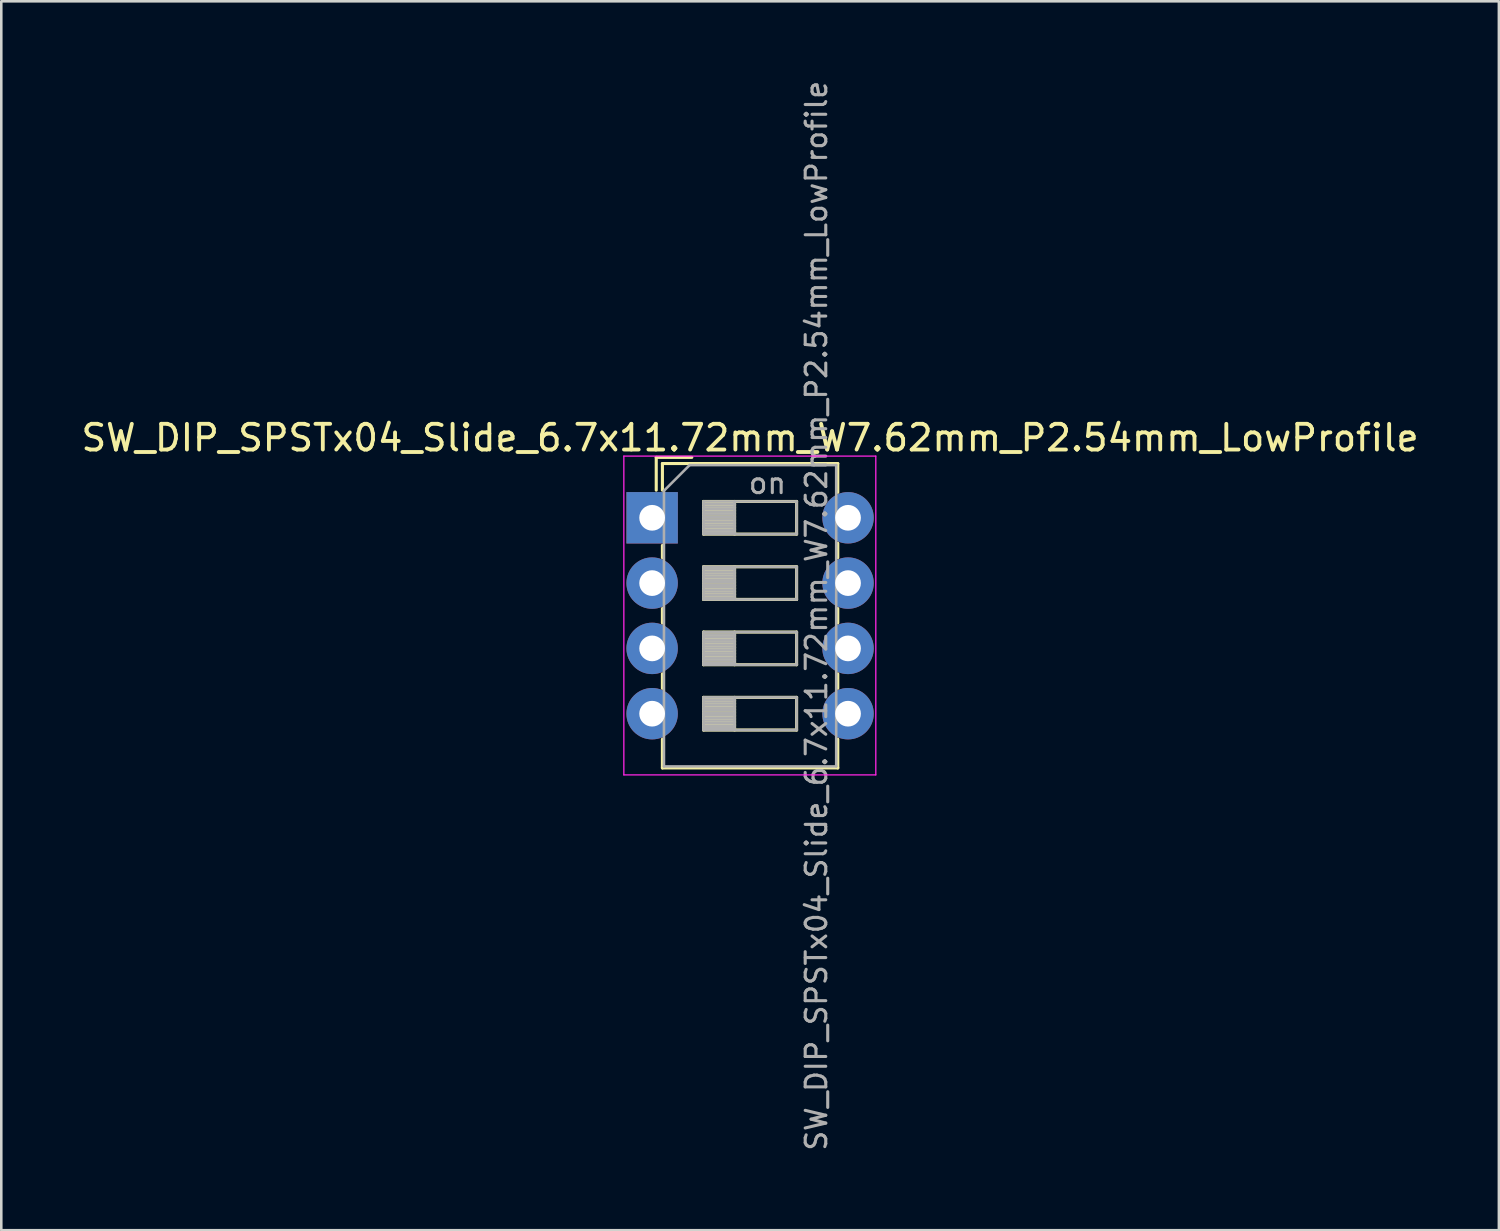
<source format=kicad_pcb>
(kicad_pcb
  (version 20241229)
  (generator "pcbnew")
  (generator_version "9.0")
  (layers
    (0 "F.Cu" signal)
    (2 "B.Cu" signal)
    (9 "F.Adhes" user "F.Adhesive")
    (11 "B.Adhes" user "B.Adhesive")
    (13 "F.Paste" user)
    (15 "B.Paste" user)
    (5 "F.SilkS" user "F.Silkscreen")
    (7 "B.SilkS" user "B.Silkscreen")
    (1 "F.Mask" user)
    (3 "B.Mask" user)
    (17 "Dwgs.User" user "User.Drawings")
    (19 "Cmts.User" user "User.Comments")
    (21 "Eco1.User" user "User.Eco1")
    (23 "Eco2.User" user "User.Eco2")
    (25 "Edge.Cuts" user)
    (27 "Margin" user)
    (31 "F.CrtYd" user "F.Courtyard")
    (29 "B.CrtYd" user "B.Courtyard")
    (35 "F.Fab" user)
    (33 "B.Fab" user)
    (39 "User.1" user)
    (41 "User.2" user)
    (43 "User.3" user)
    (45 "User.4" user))
  (footprint "SW_DIP_SPSTx04_Slide_6.7x11.72mm_W7.62mm_P2.54mm_LowProfile"
    (layer "F.Cu")
    (at 22.315 17.09)
    (property "Reference" "SW_DIP_SPSTx04_Slide_6.7x11.72mm_W7.62mm_P2.54mm_LowProfile" (at 3.81 -3.11 0) (layer "F.SilkS") (effects (font (size 1 1) (thickness 0.15))))
    (attr through_hole)
    (fp_line (start 0.16 -2.35) (end 0.16 -1.075) (stroke (width 0.12) (type solid)) (layer "F.SilkS"))
    (fp_line (start 0.16 -2.35) (end 1.543 -2.35) (stroke (width 0.12) (type solid)) (layer "F.SilkS"))
    (fp_line (start 0.4 -2.11) (end 0.4 -1.075) (stroke (width 0.12) (type solid)) (layer "F.SilkS"))
    (fp_line (start 0.4 -2.11) (end 7.221 -2.11) (stroke (width 0.12) (type solid)) (layer "F.SilkS"))
    (fp_line (start 0.4 1.075) (end 0.4 1.551) (stroke (width 0.12) (type solid)) (layer "F.SilkS"))
    (fp_line (start 0.4 3.53) (end 0.4 4.091) (stroke (width 0.12) (type solid)) (layer "F.SilkS"))
    (fp_line (start 0.4 6.07) (end 0.4 6.631) (stroke (width 0.12) (type solid)) (layer "F.SilkS"))
    (fp_line (start 0.4 8.61) (end 0.4 9.73) (stroke (width 0.12) (type solid)) (layer "F.SilkS"))
    (fp_line (start 0.4 9.73) (end 7.221 9.73) (stroke (width 0.12) (type solid)) (layer "F.SilkS"))
    (fp_line (start 2 -0.635) (end 2 0.635) (stroke (width 0.12) (type solid)) (layer "F.SilkS"))
    (fp_line (start 2 -0.515) (end 3.207 -0.515) (stroke (width 0.12) (type solid)) (layer "F.SilkS"))
    (fp_line (start 2 -0.395) (end 3.207 -0.395) (stroke (width 0.12) (type solid)) (layer "F.SilkS"))
    (fp_line (start 2 -0.275) (end 3.207 -0.275) (stroke (width 0.12) (type solid)) (layer "F.SilkS"))
    (fp_line (start 2 -0.155) (end 3.207 -0.155) (stroke (width 0.12) (type solid)) (layer "F.SilkS"))
    (fp_line (start 2 -0.035) (end 3.207 -0.035) (stroke (width 0.12) (type solid)) (layer "F.SilkS"))
    (fp_line (start 2 0.085) (end 3.207 0.085) (stroke (width 0.12) (type solid)) (layer "F.SilkS"))
    (fp_line (start 2 0.205) (end 3.207 0.205) (stroke (width 0.12) (type solid)) (layer "F.SilkS"))
    (fp_line (start 2 0.325) (end 3.207 0.325) (stroke (width 0.12) (type solid)) (layer "F.SilkS"))
    (fp_line (start 2 0.445) (end 3.207 0.445) (stroke (width 0.12) (type solid)) (layer "F.SilkS"))
    (fp_line (start 2 0.565) (end 3.207 0.565) (stroke (width 0.12) (type solid)) (layer "F.SilkS"))
    (fp_line (start 2 0.635) (end 5.62 0.635) (stroke (width 0.12) (type solid)) (layer "F.SilkS"))
    (fp_line (start 2 1.905) (end 2 3.175) (stroke (width 0.12) (type solid)) (layer "F.SilkS"))
    (fp_line (start 2 2.025) (end 3.207 2.025) (stroke (width 0.12) (type solid)) (layer "F.SilkS"))
    (fp_line (start 2 2.145) (end 3.207 2.145) (stroke (width 0.12) (type solid)) (layer "F.SilkS"))
    (fp_line (start 2 2.265) (end 3.207 2.265) (stroke (width 0.12) (type solid)) (layer "F.SilkS"))
    (fp_line (start 2 2.385) (end 3.207 2.385) (stroke (width 0.12) (type solid)) (layer "F.SilkS"))
    (fp_line (start 2 2.505) (end 3.207 2.505) (stroke (width 0.12) (type solid)) (layer "F.SilkS"))
    (fp_line (start 2 2.625) (end 3.207 2.625) (stroke (width 0.12) (type solid)) (layer "F.SilkS"))
    (fp_line (start 2 2.745) (end 3.207 2.745) (stroke (width 0.12) (type solid)) (layer "F.SilkS"))
    (fp_line (start 2 2.865) (end 3.207 2.865) (stroke (width 0.12) (type solid)) (layer "F.SilkS"))
    (fp_line (start 2 2.985) (end 3.207 2.985) (stroke (width 0.12) (type solid)) (layer "F.SilkS"))
    (fp_line (start 2 3.105) (end 3.207 3.105) (stroke (width 0.12) (type solid)) (layer "F.SilkS"))
    (fp_line (start 2 3.175) (end 5.62 3.175) (stroke (width 0.12) (type solid)) (layer "F.SilkS"))
    (fp_line (start 2 4.445) (end 2 5.715) (stroke (width 0.12) (type solid)) (layer "F.SilkS"))
    (fp_line (start 2 4.565) (end 3.207 4.565) (stroke (width 0.12) (type solid)) (layer "F.SilkS"))
    (fp_line (start 2 4.685) (end 3.207 4.685) (stroke (width 0.12) (type solid)) (layer "F.SilkS"))
    (fp_line (start 2 4.805) (end 3.207 4.805) (stroke (width 0.12) (type solid)) (layer "F.SilkS"))
    (fp_line (start 2 4.925) (end 3.207 4.925) (stroke (width 0.12) (type solid)) (layer "F.SilkS"))
    (fp_line (start 2 5.045) (end 3.207 5.045) (stroke (width 0.12) (type solid)) (layer "F.SilkS"))
    (fp_line (start 2 5.165) (end 3.207 5.165) (stroke (width 0.12) (type solid)) (layer "F.SilkS"))
    (fp_line (start 2 5.285) (end 3.207 5.285) (stroke (width 0.12) (type solid)) (layer "F.SilkS"))
    (fp_line (start 2 5.405) (end 3.207 5.405) (stroke (width 0.12) (type solid)) (layer "F.SilkS"))
    (fp_line (start 2 5.525) (end 3.207 5.525) (stroke (width 0.12) (type solid)) (layer "F.SilkS"))
    (fp_line (start 2 5.645) (end 3.207 5.645) (stroke (width 0.12) (type solid)) (layer "F.SilkS"))
    (fp_line (start 2 5.715) (end 5.62 5.715) (stroke (width 0.12) (type solid)) (layer "F.SilkS"))
    (fp_line (start 2 6.985) (end 2 8.255) (stroke (width 0.12) (type solid)) (layer "F.SilkS"))
    (fp_line (start 2 7.105) (end 3.207 7.105) (stroke (width 0.12) (type solid)) (layer "F.SilkS"))
    (fp_line (start 2 7.225) (end 3.207 7.225) (stroke (width 0.12) (type solid)) (layer "F.SilkS"))
    (fp_line (start 2 7.345) (end 3.207 7.345) (stroke (width 0.12) (type solid)) (layer "F.SilkS"))
    (fp_line (start 2 7.465) (end 3.207 7.465) (stroke (width 0.12) (type solid)) (layer "F.SilkS"))
    (fp_line (start 2 7.585) (end 3.207 7.585) (stroke (width 0.12) (type solid)) (layer "F.SilkS"))
    (fp_line (start 2 7.705) (end 3.207 7.705) (stroke (width 0.12) (type solid)) (layer "F.SilkS"))
    (fp_line (start 2 7.825) (end 3.207 7.825) (stroke (width 0.12) (type solid)) (layer "F.SilkS"))
    (fp_line (start 2 7.945) (end 3.207 7.945) (stroke (width 0.12) (type solid)) (layer "F.SilkS"))
    (fp_line (start 2 8.065) (end 3.207 8.065) (stroke (width 0.12) (type solid)) (layer "F.SilkS"))
    (fp_line (start 2 8.185) (end 3.207 8.185) (stroke (width 0.12) (type solid)) (layer "F.SilkS"))
    (fp_line (start 2 8.255) (end 5.62 8.255) (stroke (width 0.12) (type solid)) (layer "F.SilkS"))
    (fp_line (start 3.207 -0.635) (end 3.207 0.635) (stroke (width 0.12) (type solid)) (layer "F.SilkS"))
    (fp_line (start 3.207 1.905) (end 3.207 3.175) (stroke (width 0.12) (type solid)) (layer "F.SilkS"))
    (fp_line (start 3.207 4.445) (end 3.207 5.715) (stroke (width 0.12) (type solid)) (layer "F.SilkS"))
    (fp_line (start 3.207 6.985) (end 3.207 8.255) (stroke (width 0.12) (type solid)) (layer "F.SilkS"))
    (fp_line (start 5.62 -0.635) (end 2 -0.635) (stroke (width 0.12) (type solid)) (layer "F.SilkS"))
    (fp_line (start 5.62 0.635) (end 5.62 -0.635) (stroke (width 0.12) (type solid)) (layer "F.SilkS"))
    (fp_line (start 5.62 1.905) (end 2 1.905) (stroke (width 0.12) (type solid)) (layer "F.SilkS"))
    (fp_line (start 5.62 3.175) (end 5.62 1.905) (stroke (width 0.12) (type solid)) (layer "F.SilkS"))
    (fp_line (start 5.62 4.445) (end 2 4.445) (stroke (width 0.12) (type solid)) (layer "F.SilkS"))
    (fp_line (start 5.62 5.715) (end 5.62 4.445) (stroke (width 0.12) (type solid)) (layer "F.SilkS"))
    (fp_line (start 5.62 6.985) (end 2 6.985) (stroke (width 0.12) (type solid)) (layer "F.SilkS"))
    (fp_line (start 5.62 8.255) (end 5.62 6.985) (stroke (width 0.12) (type solid)) (layer "F.SilkS"))
    (fp_line (start 7.221 -2.11) (end 7.221 -0.99) (stroke (width 0.12) (type solid)) (layer "F.SilkS"))
    (fp_line (start 7.221 0.99) (end 7.221 1.551) (stroke (width 0.12) (type solid)) (layer "F.SilkS"))
    (fp_line (start 7.221 3.53) (end 7.221 4.091) (stroke (width 0.12) (type solid)) (layer "F.SilkS"))
    (fp_line (start 7.221 6.07) (end 7.221 6.631) (stroke (width 0.12) (type solid)) (layer "F.SilkS"))
    (fp_line (start 7.221 8.61) (end 7.221 9.73) (stroke (width 0.12) (type solid)) (layer "F.SilkS"))
    (fp_line (start -1.1 -2.4) (end -1.1 10) (stroke (width 0.05) (type solid)) (layer "F.CrtYd"))
    (fp_line (start -1.1 10) (end 8.7 10) (stroke (width 0.05) (type solid)) (layer "F.CrtYd"))
    (fp_line (start 8.7 -2.4) (end -1.1 -2.4) (stroke (width 0.05) (type solid)) (layer "F.CrtYd"))
    (fp_line (start 8.7 10) (end 8.7 -2.4) (stroke (width 0.05) (type solid)) (layer "F.CrtYd"))
    (fp_line (start 0.46 -1.05) (end 1.46 -2.05) (stroke (width 0.1) (type solid)) (layer "F.Fab"))
    (fp_line (start 0.46 9.67) (end 0.46 -1.05) (stroke (width 0.1) (type solid)) (layer "F.Fab"))
    (fp_line (start 1.46 -2.05) (end 7.16 -2.05) (stroke (width 0.1) (type solid)) (layer "F.Fab"))
    (fp_line (start 2 -0.635) (end 2 0.635) (stroke (width 0.1) (type solid)) (layer "F.Fab"))
    (fp_line (start 2 -0.535) (end 3.207 -0.535) (stroke (width 0.1) (type solid)) (layer "F.Fab"))
    (fp_line (start 2 -0.435) (end 3.207 -0.435) (stroke (width 0.1) (type solid)) (layer "F.Fab"))
    (fp_line (start 2 -0.335) (end 3.207 -0.335) (stroke (width 0.1) (type solid)) (layer "F.Fab"))
    (fp_line (start 2 -0.235) (end 3.207 -0.235) (stroke (width 0.1) (type solid)) (layer "F.Fab"))
    (fp_line (start 2 -0.135) (end 3.207 -0.135) (stroke (width 0.1) (type solid)) (layer "F.Fab"))
    (fp_line (start 2 -0.035) (end 3.207 -0.035) (stroke (width 0.1) (type solid)) (layer "F.Fab"))
    (fp_line (start 2 0.065) (end 3.207 0.065) (stroke (width 0.1) (type solid)) (layer "F.Fab"))
    (fp_line (start 2 0.165) (end 3.207 0.165) (stroke (width 0.1) (type solid)) (layer "F.Fab"))
    (fp_line (start 2 0.265) (end 3.207 0.265) (stroke (width 0.1) (type solid)) (layer "F.Fab"))
    (fp_line (start 2 0.365) (end 3.207 0.365) (stroke (width 0.1) (type solid)) (layer "F.Fab"))
    (fp_line (start 2 0.465) (end 3.207 0.465) (stroke (width 0.1) (type solid)) (layer "F.Fab"))
    (fp_line (start 2 0.565) (end 3.207 0.565) (stroke (width 0.1) (type solid)) (layer "F.Fab"))
    (fp_line (start 2 0.635) (end 5.62 0.635) (stroke (width 0.1) (type solid)) (layer "F.Fab"))
    (fp_line (start 2 1.905) (end 2 3.175) (stroke (width 0.1) (type solid)) (layer "F.Fab"))
    (fp_line (start 2 2.005) (end 3.207 2.005) (stroke (width 0.1) (type solid)) (layer "F.Fab"))
    (fp_line (start 2 2.105) (end 3.207 2.105) (stroke (width 0.1) (type solid)) (layer "F.Fab"))
    (fp_line (start 2 2.205) (end 3.207 2.205) (stroke (width 0.1) (type solid)) (layer "F.Fab"))
    (fp_line (start 2 2.305) (end 3.207 2.305) (stroke (width 0.1) (type solid)) (layer "F.Fab"))
    (fp_line (start 2 2.405) (end 3.207 2.405) (stroke (width 0.1) (type solid)) (layer "F.Fab"))
    (fp_line (start 2 2.505) (end 3.207 2.505) (stroke (width 0.1) (type solid)) (layer "F.Fab"))
    (fp_line (start 2 2.605) (end 3.207 2.605) (stroke (width 0.1) (type solid)) (layer "F.Fab"))
    (fp_line (start 2 2.705) (end 3.207 2.705) (stroke (width 0.1) (type solid)) (layer "F.Fab"))
    (fp_line (start 2 2.805) (end 3.207 2.805) (stroke (width 0.1) (type solid)) (layer "F.Fab"))
    (fp_line (start 2 2.905) (end 3.207 2.905) (stroke (width 0.1) (type solid)) (layer "F.Fab"))
    (fp_line (start 2 3.005) (end 3.207 3.005) (stroke (width 0.1) (type solid)) (layer "F.Fab"))
    (fp_line (start 2 3.105) (end 3.207 3.105) (stroke (width 0.1) (type solid)) (layer "F.Fab"))
    (fp_line (start 2 3.175) (end 5.62 3.175) (stroke (width 0.1) (type solid)) (layer "F.Fab"))
    (fp_line (start 2 4.445) (end 2 5.715) (stroke (width 0.1) (type solid)) (layer "F.Fab"))
    (fp_line (start 2 4.545) (end 3.207 4.545) (stroke (width 0.1) (type solid)) (layer "F.Fab"))
    (fp_line (start 2 4.645) (end 3.207 4.645) (stroke (width 0.1) (type solid)) (layer "F.Fab"))
    (fp_line (start 2 4.745) (end 3.207 4.745) (stroke (width 0.1) (type solid)) (layer "F.Fab"))
    (fp_line (start 2 4.845) (end 3.207 4.845) (stroke (width 0.1) (type solid)) (layer "F.Fab"))
    (fp_line (start 2 4.945) (end 3.207 4.945) (stroke (width 0.1) (type solid)) (layer "F.Fab"))
    (fp_line (start 2 5.045) (end 3.207 5.045) (stroke (width 0.1) (type solid)) (layer "F.Fab"))
    (fp_line (start 2 5.145) (end 3.207 5.145) (stroke (width 0.1) (type solid)) (layer "F.Fab"))
    (fp_line (start 2 5.245) (end 3.207 5.245) (stroke (width 0.1) (type solid)) (layer "F.Fab"))
    (fp_line (start 2 5.345) (end 3.207 5.345) (stroke (width 0.1) (type solid)) (layer "F.Fab"))
    (fp_line (start 2 5.445) (end 3.207 5.445) (stroke (width 0.1) (type solid)) (layer "F.Fab"))
    (fp_line (start 2 5.545) (end 3.207 5.545) (stroke (width 0.1) (type solid)) (layer "F.Fab"))
    (fp_line (start 2 5.645) (end 3.207 5.645) (stroke (width 0.1) (type solid)) (layer "F.Fab"))
    (fp_line (start 2 5.715) (end 5.62 5.715) (stroke (width 0.1) (type solid)) (layer "F.Fab"))
    (fp_line (start 2 6.985) (end 2 8.255) (stroke (width 0.1) (type solid)) (layer "F.Fab"))
    (fp_line (start 2 7.085) (end 3.207 7.085) (stroke (width 0.1) (type solid)) (layer "F.Fab"))
    (fp_line (start 2 7.185) (end 3.207 7.185) (stroke (width 0.1) (type solid)) (layer "F.Fab"))
    (fp_line (start 2 7.285) (end 3.207 7.285) (stroke (width 0.1) (type solid)) (layer "F.Fab"))
    (fp_line (start 2 7.385) (end 3.207 7.385) (stroke (width 0.1) (type solid)) (layer "F.Fab"))
    (fp_line (start 2 7.485) (end 3.207 7.485) (stroke (width 0.1) (type solid)) (layer "F.Fab"))
    (fp_line (start 2 7.585) (end 3.207 7.585) (stroke (width 0.1) (type solid)) (layer "F.Fab"))
    (fp_line (start 2 7.685) (end 3.207 7.685) (stroke (width 0.1) (type solid)) (layer "F.Fab"))
    (fp_line (start 2 7.785) (end 3.207 7.785) (stroke (width 0.1) (type solid)) (layer "F.Fab"))
    (fp_line (start 2 7.885) (end 3.207 7.885) (stroke (width 0.1) (type solid)) (layer "F.Fab"))
    (fp_line (start 2 7.985) (end 3.207 7.985) (stroke (width 0.1) (type solid)) (layer "F.Fab"))
    (fp_line (start 2 8.085) (end 3.207 8.085) (stroke (width 0.1) (type solid)) (layer "F.Fab"))
    (fp_line (start 2 8.185) (end 3.207 8.185) (stroke (width 0.1) (type solid)) (layer "F.Fab"))
    (fp_line (start 2 8.255) (end 5.62 8.255) (stroke (width 0.1) (type solid)) (layer "F.Fab"))
    (fp_line (start 3.207 -0.635) (end 3.207 0.635) (stroke (width 0.1) (type solid)) (layer "F.Fab"))
    (fp_line (start 3.207 1.905) (end 3.207 3.175) (stroke (width 0.1) (type solid)) (layer "F.Fab"))
    (fp_line (start 3.207 4.445) (end 3.207 5.715) (stroke (width 0.1) (type solid)) (layer "F.Fab"))
    (fp_line (start 3.207 6.985) (end 3.207 8.255) (stroke (width 0.1) (type solid)) (layer "F.Fab"))
    (fp_line (start 5.62 -0.635) (end 2 -0.635) (stroke (width 0.1) (type solid)) (layer "F.Fab"))
    (fp_line (start 5.62 0.635) (end 5.62 -0.635) (stroke (width 0.1) (type solid)) (layer "F.Fab"))
    (fp_line (start 5.62 1.905) (end 2 1.905) (stroke (width 0.1) (type solid)) (layer "F.Fab"))
    (fp_line (start 5.62 3.175) (end 5.62 1.905) (stroke (width 0.1) (type solid)) (layer "F.Fab"))
    (fp_line (start 5.62 4.445) (end 2 4.445) (stroke (width 0.1) (type solid)) (layer "F.Fab"))
    (fp_line (start 5.62 5.715) (end 5.62 4.445) (stroke (width 0.1) (type solid)) (layer "F.Fab"))
    (fp_line (start 5.62 6.985) (end 2 6.985) (stroke (width 0.1) (type solid)) (layer "F.Fab"))
    (fp_line (start 5.62 8.255) (end 5.62 6.985) (stroke (width 0.1) (type solid)) (layer "F.Fab"))
    (fp_line (start 7.16 -2.05) (end 7.16 9.67) (stroke (width 0.1) (type solid)) (layer "F.Fab"))
    (fp_line (start 7.16 9.67) (end 0.46 9.67) (stroke (width 0.1) (type solid)) (layer "F.Fab"))
    (fp_text user "on" (at 4.485 -1.343 0) (layer "F.Fab") (effects (font (size 0.8 0.8) (thickness 0.12))))
    (fp_text user "${REFERENCE}" (at 6.39 3.81 90) (layer "F.Fab") (effects (font (size 0.8 0.8) (thickness 0.12))))
    (pad "1" thru_hole rect (at 0 0) (size 2 2) (drill 1) (layers "*.Cu" "*.Mask"))
    (pad "2" thru_hole oval (at 0 2.54) (size 2 2) (drill 1) (layers "*.Cu" "*.Mask"))
    (pad "3" thru_hole oval (at 0 5.08) (size 2 2) (drill 1) (layers "*.Cu" "*.Mask"))
    (pad "4" thru_hole oval (at 0 7.62) (size 2 2) (drill 1) (layers "*.Cu" "*.Mask"))
    (pad "5" thru_hole oval (at 7.62 7.62) (size 2 2) (drill 1) (layers "*.Cu" "*.Mask"))
    (pad "6" thru_hole oval (at 7.62 5.08) (size 2 2) (drill 1) (layers "*.Cu" "*.Mask"))
    (pad "7" thru_hole oval (at 7.62 2.54) (size 2 2) (drill 1) (layers "*.Cu" "*.Mask"))
    (pad "8" thru_hole oval (at 7.62 0) (size 2 2) (drill 1) (layers "*.Cu" "*.Mask")))
  (gr_rect
    (start -3 -3)
    (end 55.25 44.8)
    (stroke (width 0.1) (type default))
    (fill no)
    (layer "Edge.Cuts")))
</source>
